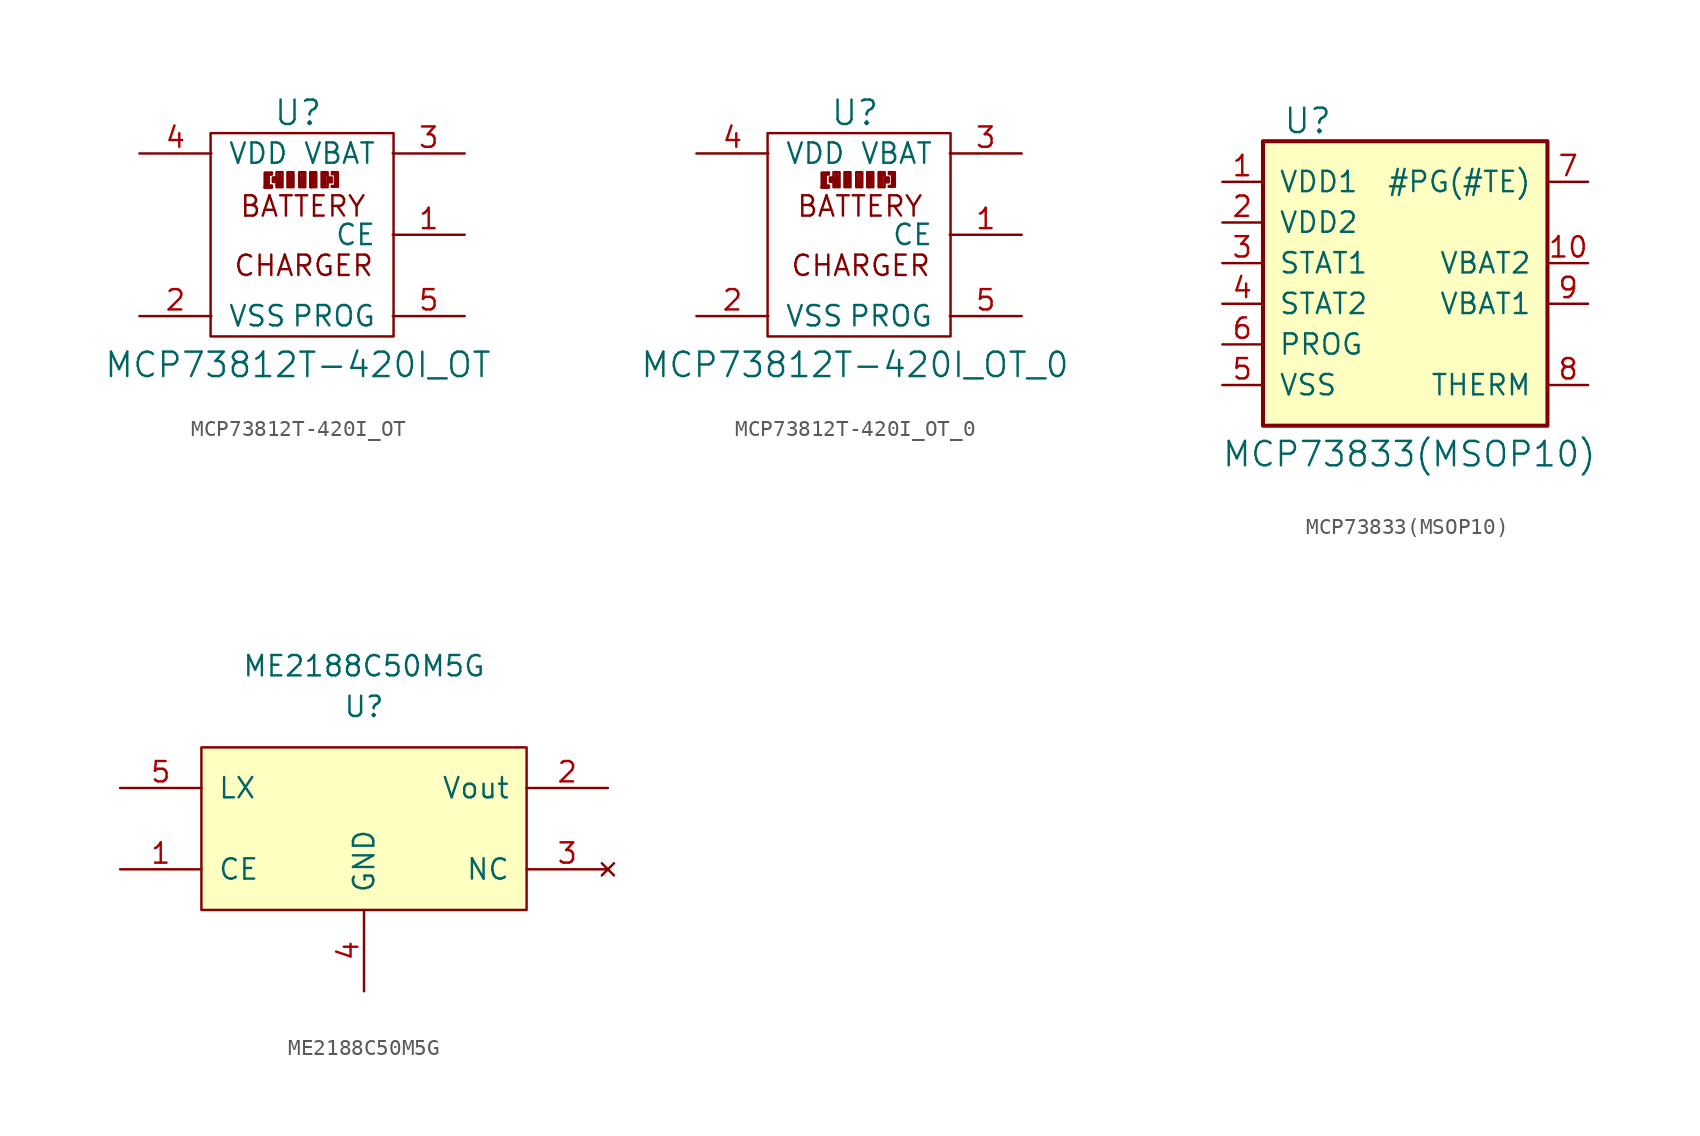
<source format=kicad_sym>
(kicad_symbol_lib
  (version 20220914)
  (generator kicad_symbol_editor)
  (symbol "MCP73812T-420I_OT"
    (pin_names
      (offset 1.016))
    (property "Reference" "U"
      (at -0.254 7.62 0)
      (effects (font (size 1.524 1.524))))
    (property "Value" "MCP73812T-420I_OT"
      (at -0.254 -8.128 0)
      (effects (font (size 1.524 1.524))))
    (property "Footprint" ""
      (at -0.33 0.864 0)
      (effects (font (size 1.524 1.524))))
    (property "Datasheet" ""
      (at -0.33 0.864 0)
      (effects (font (size 1.524 1.524))))
    (symbol "MCP73812T-420I_OT_0_0"
      (rectangle (start -1.219 2.972) (end -1.6 3.912) (stroke (width 0) (type solid)) (fill (type none)))
      (rectangle (start -0.533 2.972) (end -0.914 3.912) (stroke (width 0) (type solid)) (fill (type none)))
      (polyline (pts (xy -2.337 2.946) (xy -1.88 2.946)) (stroke (width 0) (type solid)) (fill (type none)))
      (polyline (pts (xy -2.337 2.972) (xy -1.88 2.972)) (stroke (width 0) (type solid)) (fill (type none)))
      (polyline (pts (xy -2.134 3.785) (xy -2.159 3.099)) (stroke (width 0) (type solid)) (fill (type none)))
      (polyline (pts (xy -2.108 3.404) (xy -2.134 2.997)) (stroke (width 0) (type solid)) (fill (type none)))
      (polyline (pts (xy -2.083 2.997) (xy -2.083 3.734)) (stroke (width 0) (type solid)) (fill (type none)))
      (polyline (pts (xy -2.057 3.759) (xy -1.905 3.759)) (stroke (width 0) (type solid)) (fill (type none)))
      (polyline (pts (xy -1.93 3.073) (xy -2.007 3.073)) (stroke (width 0) (type solid)) (fill (type none)))
      (polyline (pts (xy -1.88 2.997) (xy -1.88 3.073)) (stroke (width 0) (type solid)) (fill (type none)))
      (polyline (pts (xy -1.88 3.886) (xy -1.88 3.785)) (stroke (width 0) (type solid)) (fill (type none)))
      (polyline (pts (xy -0.864 3.835) (xy -0.686 3.175)) (stroke (width 0) (type solid)) (fill (type none)))
      (polyline (pts (xy -0.635 3.835) (xy -0.635 3.073)) (stroke (width 0) (type solid)) (fill (type none)))
      (polyline (pts (xy -0.076 3.556) (xy 0.025 3.099)) (stroke (width 0) (type solid)) (fill (type none)))
      (polyline (pts (xy -0.051 3.099) (xy -0.076 3.048)) (stroke (width 0) (type solid)) (fill (type none)))
      (polyline (pts (xy -0.051 3.48) (xy -0.025 3.861)) (stroke (width 0) (type solid)) (fill (type none)))
      (polyline (pts (xy 0 3.099) (xy -0.102 3.251)) (stroke (width 0) (type solid)) (fill (type none)))
      (polyline (pts (xy 0.076 3.073) (xy 0.102 3.81)) (stroke (width 0) (type solid)) (fill (type none)))
      (polyline (pts (xy 0.584 3.785) (xy 0.584 2.972)) (stroke (width 0) (type solid)) (fill (type none)))
      (polyline (pts (xy 1.499 3.734) (xy 1.473 3.835)) (stroke (width 0) (type solid)) (fill (type none)))
      (polyline (pts (xy 1.702 3.404) (xy 1.702 3.48)) (stroke (width 0) (type solid)) (fill (type none)))
      (polyline (pts (xy 2.032 3.048) (xy 1.854 3.048)) (stroke (width 0) (type solid)) (fill (type none)))
      (polyline (pts (xy 2.057 3.785) (xy 2.057 3.073)) (stroke (width 0) (type solid)) (fill (type none)))
      (polyline (pts (xy 2.108 3.785) (xy 1.854 3.785)) (stroke (width 0) (type solid)) (fill (type none)))
      (polyline (pts (xy -0.686 3.073) (xy -0.813 3.099) (xy -0.762 3.785)) (stroke (width 0) (type solid)) (fill (type none)))
      (polyline (pts (xy 1.422 3.785) (xy 1.397 3.835) (xy 1.473 3.835)) (stroke (width 0) (type solid)) (fill (type none)))
      (polyline (pts (xy 0.787 3.835) (xy 0.762 3.099) (xy 0.635 3.124) (xy 0.66 3.81)) (stroke (width 0) (type solid)) (fill (type none)))
      (polyline (pts (xy 1.321 3.81) (xy 1.321 3.099) (xy 1.473 3.124) (xy 1.448 3.734)) (stroke (width 0) (type solid)) (fill (type none)))
      (polyline (pts (xy -1.651 3.581) (xy -1.829 3.581) (xy -1.829 3.302) (xy -1.676 3.302) (xy -1.727 3.505)) (stroke (width 0) (type solid)) (fill (type none)))
      (polyline (pts (xy -1.27 3.048) (xy -1.372 3.835) (xy -1.422 3.048) (xy -1.448 3.861) (xy -1.524 3.099)) (stroke (width 0) (type solid)) (fill (type none)))
      (polyline (pts (xy 1.676 3.581) (xy 1.854 3.581) (xy 1.854 3.277) (xy 1.651 3.277) (xy 1.753 3.454) (xy 1.753 3.429)) (stroke (width 0) (type solid)) (fill (type none)))
      (polyline (pts (xy 1.854 3.912) (xy 2.235 3.912) (xy 2.235 2.997) (xy 1.854 2.997) (xy 2.134 2.997) (xy 2.134 3.861)) (stroke (width 0) (type solid)) (fill (type none)))
      (polyline (pts (xy -1.905 3.886) (xy -2.337 3.886) (xy -2.337 2.997) (xy -2.337 2.946) (xy -2.032 2.946) (xy -2.032 3.048) (xy -2.235 3.048) (xy -2.261 3.81) (xy -1.93 3.81) (xy -1.93 3.785) (xy -1.93 3.81)) (stroke (width 0) (type solid)) (fill (type none)))
      (rectangle (start 0.203 2.972) (end -0.178 3.912) (stroke (width 0) (type solid)) (fill (type none)))
      (rectangle (start 0.889 2.972) (end 0.508 3.912) (stroke (width 0) (type solid)) (fill (type none)))
      (rectangle (start 1.6 2.972) (end 1.219 3.912) (stroke (width 0) (type solid)) (fill (type none)))
      (text "BATTERY" (at 0.051 1.778 0) (effects (font (size 1.27 1.27))))
      (text "CHARGER" (at 0.102 -1.93 0) (effects (font (size 1.27 1.27)))))
    (symbol "MCP73812T-420I_OT_0_1"
      (polyline (pts (xy -5.715 6.35) (xy -5.715 -6.35) (xy 5.715 -6.35) (xy 5.715 6.35) (xy -5.715 6.35)) (stroke (width 0) (type solid)) (fill (type none))))
    (symbol "MCP73812T-420I_OT_1_1"
      (pin input line (at 10.16 0 180) (length 4.496) (name "CE" (effects (font (size 1.27 1.27)))) (number "1" (effects (font (size 1.27 1.27)))))
      (pin power_in line (at -10.16 -5.08 0) (length 4.496) (name "VSS" (effects (font (size 1.27 1.27)))) (number "2" (effects (font (size 1.27 1.27)))))
      (pin output line (at 10.16 5.08 180) (length 4.496) (name "VBAT" (effects (font (size 1.27 1.27)))) (number "3" (effects (font (size 1.27 1.27)))))
      (pin power_in line (at -10.16 5.08 0) (length 4.496) (name "VDD" (effects (font (size 1.27 1.27)))) (number "4" (effects (font (size 1.27 1.27)))))
      (pin input line (at 10.16 -5.08 180) (length 4.496) (name "PROG" (effects (font (size 1.27 1.27)))) (number "5" (effects (font (size 1.27 1.27)))))))
  (symbol "MCP73812T-420I_OT_0"
    (pin_names
      (offset 1.016))
    (property "Reference" "U"
      (at -0.254 7.62 0)
      (effects (font (size 1.524 1.524))))
    (property "Value" "MCP73812T-420I_OT_0"
      (at -0.254 -8.128 0)
      (effects (font (size 1.524 1.524))))
    (property "Footprint" ""
      (at -0.33 0.864 0)
      (effects (font (size 1.524 1.524))))
    (property "Datasheet" ""
      (at -0.33 0.864 0)
      (effects (font (size 1.524 1.524))))
    (symbol "MCP73812T-420I_OT_0_0_0"
      (rectangle (start -1.219 2.972) (end -1.6 3.912) (stroke (width 0) (type solid)) (fill (type none)))
      (rectangle (start -0.533 2.972) (end -0.914 3.912) (stroke (width 0) (type solid)) (fill (type none)))
      (polyline (pts (xy -2.337 2.946) (xy -1.88 2.946)) (stroke (width 0) (type solid)) (fill (type none)))
      (polyline (pts (xy -2.337 2.972) (xy -1.88 2.972)) (stroke (width 0) (type solid)) (fill (type none)))
      (polyline (pts (xy -2.134 3.785) (xy -2.159 3.099)) (stroke (width 0) (type solid)) (fill (type none)))
      (polyline (pts (xy -2.108 3.404) (xy -2.134 2.997)) (stroke (width 0) (type solid)) (fill (type none)))
      (polyline (pts (xy -2.083 2.997) (xy -2.083 3.734)) (stroke (width 0) (type solid)) (fill (type none)))
      (polyline (pts (xy -2.057 3.759) (xy -1.905 3.759)) (stroke (width 0) (type solid)) (fill (type none)))
      (polyline (pts (xy -1.93 3.073) (xy -2.007 3.073)) (stroke (width 0) (type solid)) (fill (type none)))
      (polyline (pts (xy -1.88 2.997) (xy -1.88 3.073)) (stroke (width 0) (type solid)) (fill (type none)))
      (polyline (pts (xy -1.88 3.886) (xy -1.88 3.785)) (stroke (width 0) (type solid)) (fill (type none)))
      (polyline (pts (xy -0.864 3.835) (xy -0.686 3.175)) (stroke (width 0) (type solid)) (fill (type none)))
      (polyline (pts (xy -0.635 3.835) (xy -0.635 3.073)) (stroke (width 0) (type solid)) (fill (type none)))
      (polyline (pts (xy -0.076 3.556) (xy 0.025 3.099)) (stroke (width 0) (type solid)) (fill (type none)))
      (polyline (pts (xy -0.051 3.099) (xy -0.076 3.048)) (stroke (width 0) (type solid)) (fill (type none)))
      (polyline (pts (xy -0.051 3.48) (xy -0.025 3.861)) (stroke (width 0) (type solid)) (fill (type none)))
      (polyline (pts (xy 0 3.099) (xy -0.102 3.251)) (stroke (width 0) (type solid)) (fill (type none)))
      (polyline (pts (xy 0.076 3.073) (xy 0.102 3.81)) (stroke (width 0) (type solid)) (fill (type none)))
      (polyline (pts (xy 0.584 3.785) (xy 0.584 2.972)) (stroke (width 0) (type solid)) (fill (type none)))
      (polyline (pts (xy 1.499 3.734) (xy 1.473 3.835)) (stroke (width 0) (type solid)) (fill (type none)))
      (polyline (pts (xy 1.702 3.404) (xy 1.702 3.48)) (stroke (width 0) (type solid)) (fill (type none)))
      (polyline (pts (xy 2.032 3.048) (xy 1.854 3.048)) (stroke (width 0) (type solid)) (fill (type none)))
      (polyline (pts (xy 2.057 3.785) (xy 2.057 3.073)) (stroke (width 0) (type solid)) (fill (type none)))
      (polyline (pts (xy 2.108 3.785) (xy 1.854 3.785)) (stroke (width 0) (type solid)) (fill (type none)))
      (polyline (pts (xy -0.686 3.073) (xy -0.813 3.099) (xy -0.762 3.785)) (stroke (width 0) (type solid)) (fill (type none)))
      (polyline (pts (xy 1.422 3.785) (xy 1.397 3.835) (xy 1.473 3.835)) (stroke (width 0) (type solid)) (fill (type none)))
      (polyline (pts (xy 0.787 3.835) (xy 0.762 3.099) (xy 0.635 3.124) (xy 0.66 3.81)) (stroke (width 0) (type solid)) (fill (type none)))
      (polyline (pts (xy 1.321 3.81) (xy 1.321 3.099) (xy 1.473 3.124) (xy 1.448 3.734)) (stroke (width 0) (type solid)) (fill (type none)))
      (polyline (pts (xy -1.651 3.581) (xy -1.829 3.581) (xy -1.829 3.302) (xy -1.676 3.302) (xy -1.727 3.505)) (stroke (width 0) (type solid)) (fill (type none)))
      (polyline (pts (xy -1.27 3.048) (xy -1.372 3.835) (xy -1.422 3.048) (xy -1.448 3.861) (xy -1.524 3.099)) (stroke (width 0) (type solid)) (fill (type none)))
      (polyline (pts (xy 1.676 3.581) (xy 1.854 3.581) (xy 1.854 3.277) (xy 1.651 3.277) (xy 1.753 3.454) (xy 1.753 3.429)) (stroke (width 0) (type solid)) (fill (type none)))
      (polyline (pts (xy 1.854 3.912) (xy 2.235 3.912) (xy 2.235 2.997) (xy 1.854 2.997) (xy 2.134 2.997) (xy 2.134 3.861)) (stroke (width 0) (type solid)) (fill (type none)))
      (polyline (pts (xy -1.905 3.886) (xy -2.337 3.886) (xy -2.337 2.997) (xy -2.337 2.946) (xy -2.032 2.946) (xy -2.032 3.048) (xy -2.235 3.048) (xy -2.261 3.81) (xy -1.93 3.81) (xy -1.93 3.785) (xy -1.93 3.81)) (stroke (width 0) (type solid)) (fill (type none)))
      (rectangle (start 0.203 2.972) (end -0.178 3.912) (stroke (width 0) (type solid)) (fill (type none)))
      (rectangle (start 0.889 2.972) (end 0.508 3.912) (stroke (width 0) (type solid)) (fill (type none)))
      (rectangle (start 1.6 2.972) (end 1.219 3.912) (stroke (width 0) (type solid)) (fill (type none)))
      (text "BATTERY" (at 0.051 1.778 0) (effects (font (size 1.27 1.27))))
      (text "CHARGER" (at 0.102 -1.93 0) (effects (font (size 1.27 1.27)))))
    (symbol "MCP73812T-420I_OT_0_0_1"
      (polyline (pts (xy -5.715 6.35) (xy -5.715 -6.35) (xy 5.715 -6.35) (xy 5.715 6.35) (xy -5.715 6.35)) (stroke (width 0) (type solid)) (fill (type none))))
    (symbol "MCP73812T-420I_OT_0_1_1"
      (pin input line (at 10.16 0 180) (length 4.496) (name "CE" (effects (font (size 1.27 1.27)))) (number "1" (effects (font (size 1.27 1.27)))))
      (pin power_in line (at -10.16 -5.08 0) (length 4.496) (name "VSS" (effects (font (size 1.27 1.27)))) (number "2" (effects (font (size 1.27 1.27)))))
      (pin output line (at 10.16 5.08 180) (length 4.496) (name "VBAT" (effects (font (size 1.27 1.27)))) (number "3" (effects (font (size 1.27 1.27)))))
      (pin power_in line (at -10.16 5.08 0) (length 4.496) (name "VDD" (effects (font (size 1.27 1.27)))) (number "4" (effects (font (size 1.27 1.27)))))
      (pin input line (at 10.16 -5.08 180) (length 4.496) (name "PROG" (effects (font (size 1.27 1.27)))) (number "5" (effects (font (size 1.27 1.27)))))))
  (symbol "MCP73833(MSOP10)"
    (pin_names
      (offset 1.016))
    (property "Reference" "U"
      (at -4.826 11.43 0)
      (effects (font (size 1.524 1.524))))
    (property "Value" "MCP73833(MSOP10)"
      (at 1.524 -9.398 0)
      (effects (font (size 1.524 1.524))))
    (symbol "MCP73833(MSOP10)_0_1"
      (rectangle (start -7.62 10.16) (end 10.16 -7.62) (stroke (width 0.254) (type solid)) (fill (type background))))
    (symbol "MCP73833(MSOP10)_1_1"
      (pin power_in line (at -10.16 7.62 0) (length 2.489) (name "VDD1" (effects (font (size 1.27 1.27)))) (number "1" (effects (font (size 1.27 1.27)))))
      (pin output line (at 12.7 2.54 180) (length 2.489) (name "VBAT2" (effects (font (size 1.27 1.27)))) (number "10" (effects (font (size 1.27 1.27)))))
      (pin power_in line (at -10.16 5.08 0) (length 2.489) (name "VDD2" (effects (font (size 1.27 1.27)))) (number "2" (effects (font (size 1.27 1.27)))))
      (pin open_collector line (at -10.16 2.54 0) (length 2.489) (name "STAT1" (effects (font (size 1.27 1.27)))) (number "3" (effects (font (size 1.27 1.27)))))
      (pin open_collector line (at -10.16 0 0) (length 2.489) (name "STAT2" (effects (font (size 1.27 1.27)))) (number "4" (effects (font (size 1.27 1.27)))))
      (pin power_in line (at -10.16 -5.08 0) (length 2.489) (name "VSS" (effects (font (size 1.27 1.27)))) (number "5" (effects (font (size 1.27 1.27)))))
      (pin input line (at -10.16 -2.54 0) (length 2.489) (name "PROG" (effects (font (size 1.27 1.27)))) (number "6" (effects (font (size 1.27 1.27)))))
      (pin open_collector line (at 12.7 7.62 180) (length 2.489) (name "#PG(#TE)" (effects (font (size 1.27 1.27)))) (number "7" (effects (font (size 1.27 1.27)))))
      (pin input line (at 12.7 -5.08 180) (length 2.489) (name "THERM" (effects (font (size 1.27 1.27)))) (number "8" (effects (font (size 1.27 1.27)))))
      (pin bidirectional line (at 12.7 0 180) (length 2.489) (name "VBAT1" (effects (font (size 1.27 1.27)))) (number "9" (effects (font (size 1.27 1.27)))))))
  (symbol "ME2188C50M5G"
    (pin_names
      (offset 1.016))
    (property "Reference" "U"
      (at 0 7.62 0)
      (effects (font (size 1.27 1.27))))
    (property "Value" "ME2188C50M5G"
      (at 0 10.16 0)
      (effects (font (size 1.27 1.27))))
    (symbol "ME2188C50M5G_0_1"
      (rectangle (start -10.16 5.08) (end 10.16 -5.08) (stroke (width 0) (type solid)) (fill (type background))))
    (symbol "ME2188C50M5G_1_1"
      (pin input line (at -15.24 -2.54 0) (length 5.08) (name "CE" (effects (font (size 1.27 1.27)))) (number "1" (effects (font (size 1.27 1.27)))))
      (pin output line (at 15.24 2.54 180) (length 5.08) (name "Vout" (effects (font (size 1.27 1.27)))) (number "2" (effects (font (size 1.27 1.27)))))
      (pin no_connect line (at 15.24 -2.54 180) (length 5.08) (name "NC" (effects (font (size 1.27 1.27)))) (number "3" (effects (font (size 1.27 1.27)))))
      (pin power_in line (at 0 -10.16 90) (length 5.08) (name "GND" (effects (font (size 1.27 1.27)))) (number "4" (effects (font (size 1.27 1.27)))))
      (pin input line (at -15.24 2.54 0) (length 5.08) (name "LX" (effects (font (size 1.27 1.27)))) (number "5" (effects (font (size 1.27 1.27))))))))
</source>
